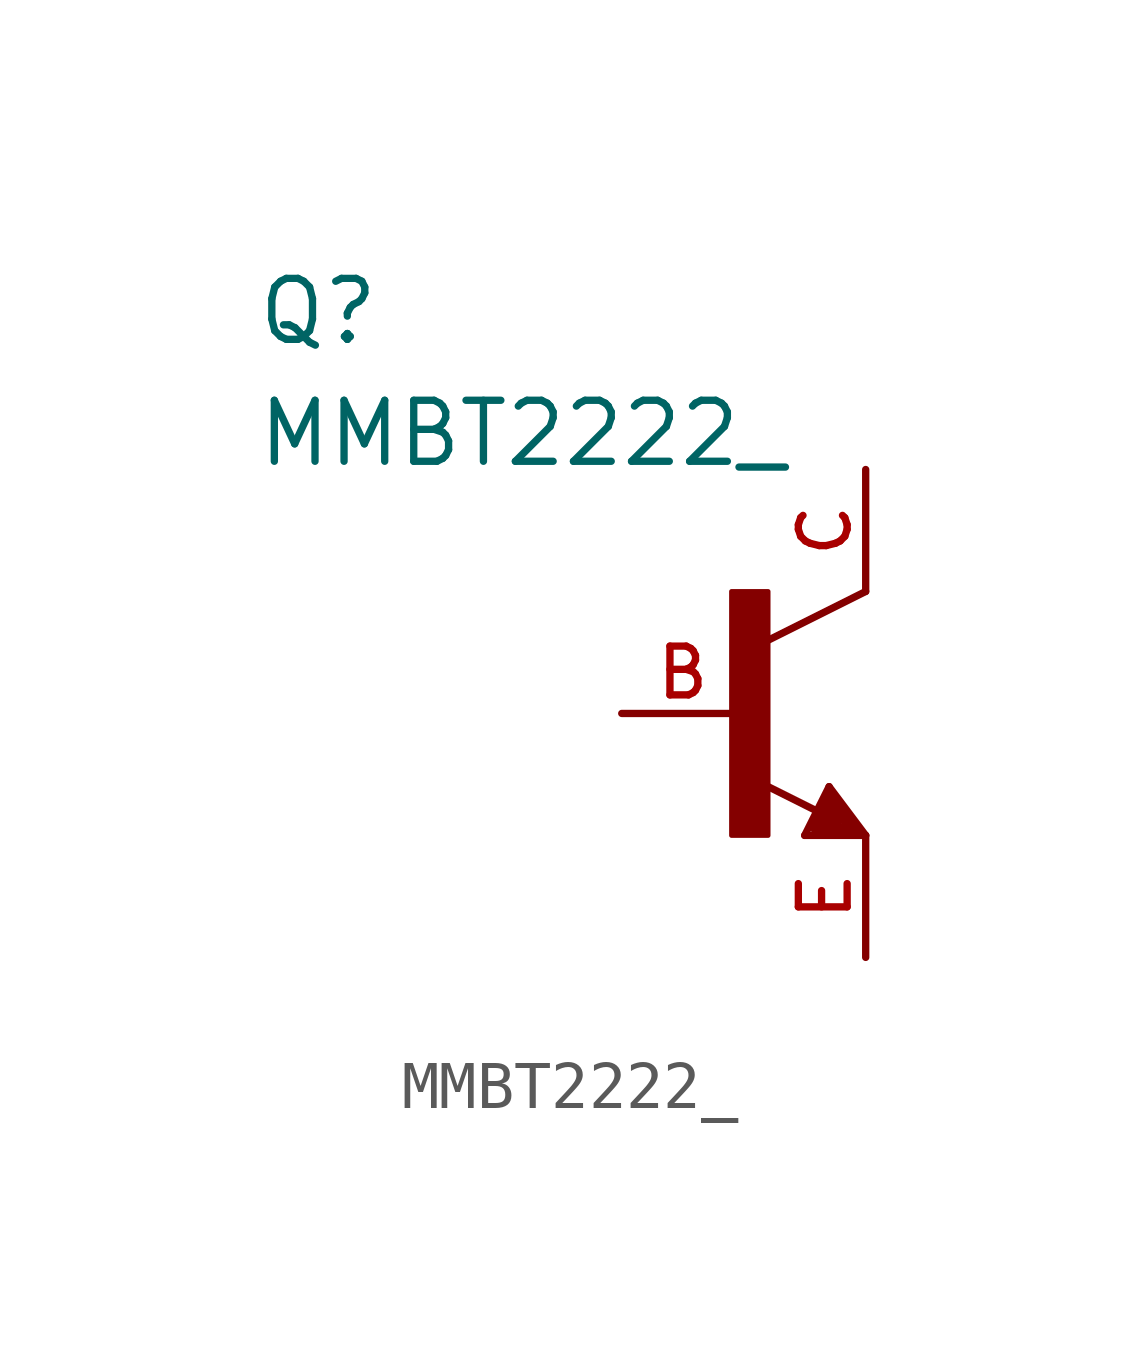
<source format=kicad_sym>
(kicad_symbol_lib
  (version 20211014)
  (generator kicad_symbol_editor)
  (symbol "MMBT2222_"
    (pin_names
      (offset 1.016))
    (property "Reference" "Q"
      (at -10.169 7.627 0)
      (effects (font (size 1.27 1.27)) (justify bottom left)))
    (property "Value" "MMBT2222_"
      (at -10.177 5.088 0)
      (effects (font (size 1.27 1.27)) (justify bottom left)))
    (symbol "MMBT2222__0_0"
      (polyline (pts (xy 2.54 2.54) (xy 0.508 1.524)) (stroke (width 0.152)))
      (polyline (pts (xy 1.778 -1.524) (xy 2.54 -2.54)) (stroke (width 0.152)))
      (polyline (pts (xy 2.54 -2.54) (xy 1.27 -2.54)) (stroke (width 0.152)))
      (polyline (pts (xy 1.27 -2.54) (xy 1.778 -1.524)) (stroke (width 0.152)))
      (polyline (pts (xy 1.54 -2.04) (xy 0.308 -1.424)) (stroke (width 0.152)))
      (polyline (pts (xy 1.524 -2.413) (xy 2.286 -2.413)) (stroke (width 0.254)))
      (polyline (pts (xy 2.286 -2.413) (xy 1.778 -1.778)) (stroke (width 0.254)))
      (polyline (pts (xy 1.778 -1.778) (xy 1.524 -2.286)) (stroke (width 0.254)))
      (polyline (pts (xy 1.524 -2.286) (xy 1.905 -2.286)) (stroke (width 0.254)))
      (polyline (pts (xy 1.905 -2.286) (xy 1.778 -2.032)) (stroke (width 0.254)))
      (rectangle (start -0.254 -2.541) (end 0.508 2.54) (stroke (width 0.1)) (fill (type outline)))
      (pin passive line (at -2.54 0.0 0) (length 2.54) (name "~" (effects (font (size 1.016 1.016)))) (number "B" (effects (font (size 1.016 1.016)))))
      (pin passive line (at 2.54 -5.08 90.0) (length 2.54) (name "~" (effects (font (size 1.016 1.016)))) (number "E" (effects (font (size 1.016 1.016)))))
      (pin passive line (at 2.54 5.08 270.0) (length 2.54) (name "~" (effects (font (size 1.016 1.016)))) (number "C" (effects (font (size 1.016 1.016))))))))
</source>
